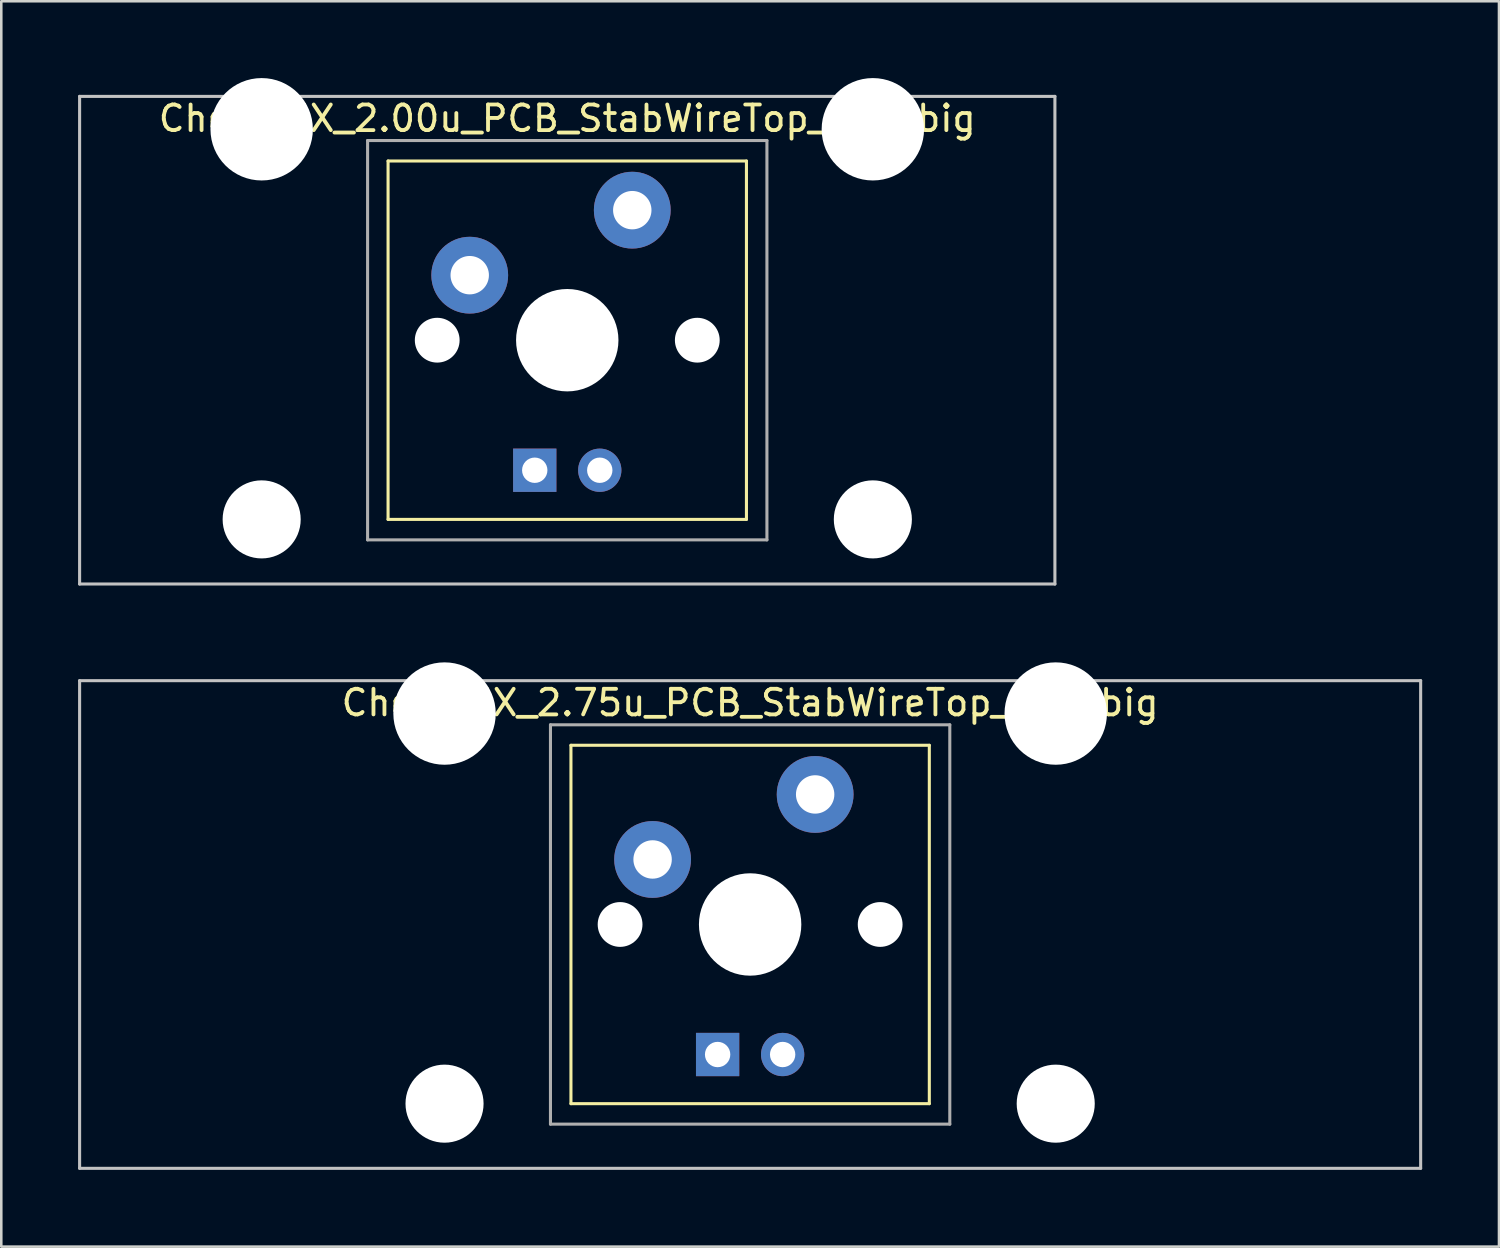
<source format=kicad_pcb>
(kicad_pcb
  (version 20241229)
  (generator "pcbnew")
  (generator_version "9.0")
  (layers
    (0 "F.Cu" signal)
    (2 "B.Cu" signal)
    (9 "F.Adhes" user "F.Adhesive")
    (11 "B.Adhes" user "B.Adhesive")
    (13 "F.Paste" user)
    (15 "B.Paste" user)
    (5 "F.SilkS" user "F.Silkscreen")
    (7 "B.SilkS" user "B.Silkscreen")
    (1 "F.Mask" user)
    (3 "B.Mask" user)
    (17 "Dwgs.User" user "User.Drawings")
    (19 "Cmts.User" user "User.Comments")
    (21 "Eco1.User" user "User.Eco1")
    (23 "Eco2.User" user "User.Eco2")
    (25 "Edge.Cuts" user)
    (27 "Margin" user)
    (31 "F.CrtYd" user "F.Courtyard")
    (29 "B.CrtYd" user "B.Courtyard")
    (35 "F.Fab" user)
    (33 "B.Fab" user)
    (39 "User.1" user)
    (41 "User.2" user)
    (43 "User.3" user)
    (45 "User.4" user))
  (footprint "CherryMX_2.00u_PCB_StabWireTop_LED_big"
    (layer "F.Cu")
    (at 19.11 10.24)
    (property "Reference" "CherryMX_2.00u_PCB_StabWireTop_LED_big" (at 0 -8.662 0) (layer "F.SilkS") (effects (font (size 1 1) (thickness 0.15))))
    (attr through_hole)
    (fp_line (start -7 -7) (end -7 7) (stroke (width 0.12) (type solid)) (layer "F.SilkS"))
    (fp_line (start -7 -7) (end 7 -7) (stroke (width 0.12) (type solid)) (layer "F.SilkS"))
    (fp_line (start 7 -7) (end 7 7) (stroke (width 0.12) (type solid)) (layer "F.SilkS"))
    (fp_line (start 7 7) (end -7 7) (stroke (width 0.12) (type solid)) (layer "F.SilkS"))
    (fp_line (start -19.05 -9.525) (end 19.05 -9.525) (stroke (width 0.12) (type solid)) (layer "Dwgs.User"))
    (fp_line (start -19.05 9.525) (end -19.05 -9.525) (stroke (width 0.12) (type solid)) (layer "Dwgs.User"))
    (fp_line (start 19.05 -9.525) (end 19.05 9.525) (stroke (width 0.12) (type solid)) (layer "Dwgs.User"))
    (fp_line (start 19.05 9.525) (end -19.05 9.525) (stroke (width 0.12) (type solid)) (layer "Dwgs.User"))
    (fp_line (start -7.8 -7.8) (end -7.8 7.8) (stroke (width 0.12) (type solid)) (layer "F.Fab"))
    (fp_line (start -7.8 -7.8) (end 7.8 -7.8) (stroke (width 0.12) (type solid)) (layer "F.Fab"))
    (fp_line (start -7.8 7.8) (end 7.8 7.8) (stroke (width 0.12) (type solid)) (layer "F.Fab"))
    (fp_line (start 7.8 -7.8) (end 7.8 7.8) (stroke (width 0.12) (type solid)) (layer "F.Fab"))
    (pad "" np_thru_hole circle (at -11.938 -8.24) (size 4 4) (drill 4) (layers "*.Cu" "*.Mask"))
    (pad "" np_thru_hole circle (at -11.938 7) (size 3.05 3.05) (drill 3.05) (layers "*.Cu" "*.Mask"))
    (pad "" np_thru_hole circle (at -5.08 0) (size 1.75 1.75) (drill 1.75) (layers "*.Cu" "*.Mask"))
    (pad "" np_thru_hole circle (at 0 0) (size 4 4) (drill 4) (layers "*.Cu" "*.Mask"))
    (pad "" np_thru_hole circle (at 5.08 0) (size 1.75 1.75) (drill 1.75) (layers "*.Cu" "*.Mask"))
    (pad "" np_thru_hole circle (at 11.938 -8.24) (size 4 4) (drill 4) (layers "*.Cu" "*.Mask"))
    (pad "" np_thru_hole circle (at 11.938 7) (size 3.05 3.05) (drill 3.05) (layers "*.Cu" "*.Mask"))
    (pad "1" thru_hole circle (at -3.81 -2.54) (size 3 3) (drill 1.5) (layers "*.Cu" "B.Mask"))
    (pad "2" thru_hole circle (at 2.54 -5.08) (size 3 3) (drill 1.5) (layers "*.Cu" "B.Mask"))
    (pad "3" thru_hole rect (at -1.27 5.08) (size 1.691 1.691) (drill 0.991) (layers "*.Cu" "B.Mask"))
    (pad "4" thru_hole circle (at 1.27 5.08) (size 1.691 1.691) (drill 0.991) (layers "*.Cu" "B.Mask")))
  (footprint "CherryMX_2.75u_PCB_StabWireTop_LED_big"
    (layer "F.Cu")
    (at 26.254 33.065)
    (property "Reference" "CherryMX_2.75u_PCB_StabWireTop_LED_big" (at 0 -8.662 0) (layer "F.SilkS") (effects (font (size 1 1) (thickness 0.15))))
    (attr through_hole)
    (fp_line (start -7 -7) (end -7 7) (stroke (width 0.12) (type solid)) (layer "F.SilkS"))
    (fp_line (start -7 -7) (end 7 -7) (stroke (width 0.12) (type solid)) (layer "F.SilkS"))
    (fp_line (start 7 -7) (end 7 7) (stroke (width 0.12) (type solid)) (layer "F.SilkS"))
    (fp_line (start 7 7) (end -7 7) (stroke (width 0.12) (type solid)) (layer "F.SilkS"))
    (fp_line (start -26.194 -9.525) (end 26.194 -9.525) (stroke (width 0.12) (type solid)) (layer "Dwgs.User"))
    (fp_line (start -26.194 9.525) (end -26.194 -9.525) (stroke (width 0.12) (type solid)) (layer "Dwgs.User"))
    (fp_line (start 26.194 -9.525) (end 26.194 9.525) (stroke (width 0.12) (type solid)) (layer "Dwgs.User"))
    (fp_line (start 26.194 9.525) (end -26.194 9.525) (stroke (width 0.12) (type solid)) (layer "Dwgs.User"))
    (fp_line (start -7.8 -7.8) (end -7.8 7.8) (stroke (width 0.12) (type solid)) (layer "F.Fab"))
    (fp_line (start -7.8 -7.8) (end 7.8 -7.8) (stroke (width 0.12) (type solid)) (layer "F.Fab"))
    (fp_line (start -7.8 7.8) (end 7.8 7.8) (stroke (width 0.12) (type solid)) (layer "F.Fab"))
    (fp_line (start 7.8 -7.8) (end 7.8 7.8) (stroke (width 0.12) (type solid)) (layer "F.Fab"))
    (pad "" np_thru_hole circle (at -11.938 -8.24) (size 4 4) (drill 4) (layers "*.Cu" "*.Mask"))
    (pad "" np_thru_hole circle (at -11.938 7) (size 3.05 3.05) (drill 3.05) (layers "*.Cu" "*.Mask"))
    (pad "" np_thru_hole circle (at -5.08 0) (size 1.75 1.75) (drill 1.75) (layers "*.Cu" "*.Mask"))
    (pad "" np_thru_hole circle (at 0 0) (size 4 4) (drill 4) (layers "*.Cu" "*.Mask"))
    (pad "" np_thru_hole circle (at 5.08 0) (size 1.75 1.75) (drill 1.75) (layers "*.Cu" "*.Mask"))
    (pad "" np_thru_hole circle (at 11.938 -8.24) (size 4 4) (drill 4) (layers "*.Cu" "*.Mask"))
    (pad "" np_thru_hole circle (at 11.938 7) (size 3.05 3.05) (drill 3.05) (layers "*.Cu" "*.Mask"))
    (pad "1" thru_hole circle (at -3.81 -2.54) (size 3 3) (drill 1.5) (layers "*.Cu" "B.Mask"))
    (pad "2" thru_hole circle (at 2.54 -5.08) (size 3 3) (drill 1.5) (layers "*.Cu" "B.Mask"))
    (pad "3" thru_hole rect (at -1.27 5.08) (size 1.691 1.691) (drill 0.991) (layers "*.Cu" "B.Mask"))
    (pad "4" thru_hole circle (at 1.27 5.08) (size 1.691 1.691) (drill 0.991) (layers "*.Cu" "B.Mask")))
  (gr_rect
    (start -3 -3)
    (end 55.508 45.65)
    (stroke (width 0.1) (type default))
    (fill no)
    (layer "Edge.Cuts")))
</source>
